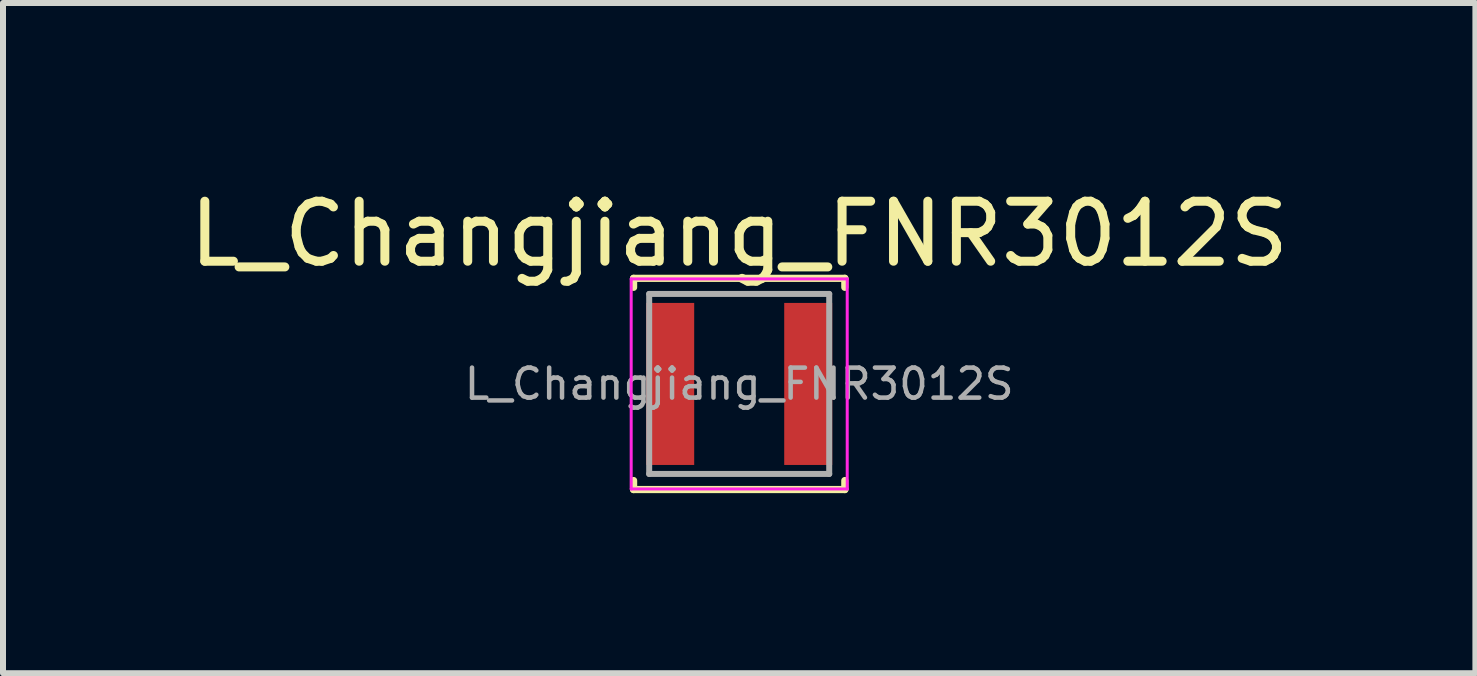
<source format=kicad_pcb>
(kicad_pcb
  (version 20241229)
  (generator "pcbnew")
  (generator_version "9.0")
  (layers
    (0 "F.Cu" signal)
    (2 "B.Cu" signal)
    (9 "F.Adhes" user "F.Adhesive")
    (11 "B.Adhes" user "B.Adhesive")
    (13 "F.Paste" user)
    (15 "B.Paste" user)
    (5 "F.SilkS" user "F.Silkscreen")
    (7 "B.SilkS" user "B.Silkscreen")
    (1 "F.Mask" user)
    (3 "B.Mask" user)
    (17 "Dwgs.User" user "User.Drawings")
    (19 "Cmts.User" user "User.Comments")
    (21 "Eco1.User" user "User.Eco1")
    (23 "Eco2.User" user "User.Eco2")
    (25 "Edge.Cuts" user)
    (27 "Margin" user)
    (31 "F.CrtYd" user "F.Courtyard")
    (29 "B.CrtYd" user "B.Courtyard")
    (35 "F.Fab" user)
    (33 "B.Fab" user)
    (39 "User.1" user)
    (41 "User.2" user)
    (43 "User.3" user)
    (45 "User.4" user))
  (footprint "L_Changjiang_FNR3012S"
    (layer "F.Cu")
    (at 9.268 3.348)
    (property "Reference" "L_Changjiang_FNR3012S" (at 0 -2.5 0) (layer "F.SilkS") (effects (font (size 1 1) (thickness 0.15))))
    (attr smd)
    (fp_line (start -1.76 -1.76) (end -1.76 -1.61) (stroke (width 0.12) (type solid)) (layer "F.SilkS"))
    (fp_line (start -1.76 -1.76) (end 1.76 -1.76) (stroke (width 0.12) (type solid)) (layer "F.SilkS"))
    (fp_line (start -1.76 1.76) (end -1.76 1.61) (stroke (width 0.12) (type solid)) (layer "F.SilkS"))
    (fp_line (start -1.76 1.76) (end 1.76 1.76) (stroke (width 0.12) (type solid)) (layer "F.SilkS"))
    (fp_line (start 1.76 -1.76) (end 1.76 -1.61) (stroke (width 0.12) (type solid)) (layer "F.SilkS"))
    (fp_line (start 1.76 1.76) (end 1.76 1.61) (stroke (width 0.12) (type solid)) (layer "F.SilkS"))
    (fp_line (start -1.8 -1.75) (end -1.8 1.75) (stroke (width 0.05) (type solid)) (layer "F.CrtYd"))
    (fp_line (start -1.8 1.75) (end 1.8 1.75) (stroke (width 0.05) (type solid)) (layer "F.CrtYd"))
    (fp_line (start 1.8 -1.75) (end -1.8 -1.75) (stroke (width 0.05) (type solid)) (layer "F.CrtYd"))
    (fp_line (start 1.8 1.75) (end 1.8 -1.75) (stroke (width 0.05) (type solid)) (layer "F.CrtYd"))
    (fp_line (start -1.5 -1.5) (end -1.5 1.5) (stroke (width 0.1) (type solid)) (layer "F.Fab"))
    (fp_line (start -1.5 1.5) (end 1.5 1.5) (stroke (width 0.1) (type solid)) (layer "F.Fab"))
    (fp_line (start 1.5 -1.5) (end -1.5 -1.5) (stroke (width 0.1) (type solid)) (layer "F.Fab"))
    (fp_line (start 1.5 1.5) (end 1.5 -1.5) (stroke (width 0.1) (type solid)) (layer "F.Fab"))
    (fp_text user "${REFERENCE}" (at 0 0 0) (layer "F.Fab") (effects (font (size 0.5 0.5) (thickness 0.075))))
    (pad "1" smd rect (at -1.15 0) (size 0.8 2.7) (layers "F.Cu" "F.Mask" "F.Paste"))
    (pad "2" smd rect (at 1.15 0) (size 0.8 2.7) (layers "F.Cu" "F.Mask" "F.Paste")))
  (gr_rect
    (start -3 -3)
    (end 21.536 8.168)
    (stroke (width 0.1) (type default))
    (fill no)
    (layer "Edge.Cuts")))
</source>
